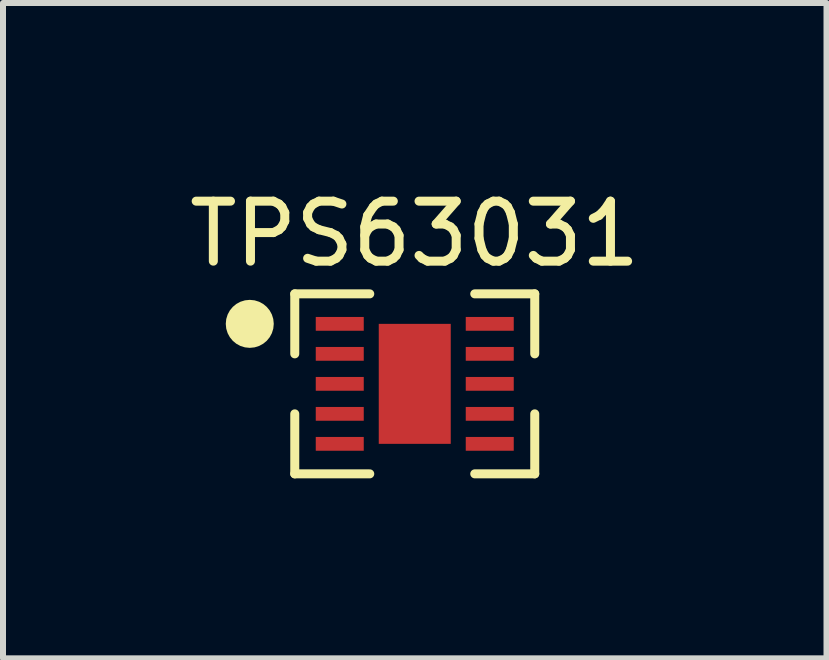
<source format=kicad_pcb>
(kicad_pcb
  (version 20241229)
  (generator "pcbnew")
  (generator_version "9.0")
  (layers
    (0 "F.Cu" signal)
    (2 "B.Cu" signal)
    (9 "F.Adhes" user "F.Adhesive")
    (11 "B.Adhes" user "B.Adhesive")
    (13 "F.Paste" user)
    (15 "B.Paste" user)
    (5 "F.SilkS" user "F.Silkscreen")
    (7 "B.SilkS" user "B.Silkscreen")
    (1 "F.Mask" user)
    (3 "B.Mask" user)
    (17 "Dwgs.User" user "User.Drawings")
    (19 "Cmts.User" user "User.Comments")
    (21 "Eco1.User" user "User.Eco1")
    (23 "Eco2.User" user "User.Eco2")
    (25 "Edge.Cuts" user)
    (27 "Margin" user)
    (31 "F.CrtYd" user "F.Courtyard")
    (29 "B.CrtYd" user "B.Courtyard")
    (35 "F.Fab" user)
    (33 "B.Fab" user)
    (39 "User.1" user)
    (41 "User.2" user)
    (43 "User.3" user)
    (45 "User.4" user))
  (footprint "TPS63031"
    (layer "F.Cu")
    (at 3.863 3.348)
    (property "Reference" "TPS63031" (at 0 -2.5 0) (layer "F.SilkS") (effects (font (size 1 1) (thickness 0.15))))
    (attr through_hole)
    (fp_line (start -2 -1.5) (end -2 -0.5) (stroke (width 0.15) (type solid)) (layer "F.SilkS"))
    (fp_line (start -2 -1.5) (end -0.75 -1.5) (stroke (width 0.15) (type solid)) (layer "F.SilkS"))
    (fp_line (start -2 1.5) (end -2 0.5) (stroke (width 0.15) (type solid)) (layer "F.SilkS"))
    (fp_line (start -2 1.5) (end -0.75 1.5) (stroke (width 0.15) (type solid)) (layer "F.SilkS"))
    (fp_line (start 2 -1.5) (end 1 -1.5) (stroke (width 0.15) (type solid)) (layer "F.SilkS"))
    (fp_line (start 2 -1.5) (end 2 -0.5) (stroke (width 0.15) (type solid)) (layer "F.SilkS"))
    (fp_line (start 2 1.5) (end 1 1.5) (stroke (width 0.15) (type solid)) (layer "F.SilkS"))
    (fp_line (start 2 1.5) (end 2 0.5) (stroke (width 0.15) (type solid)) (layer "F.SilkS"))
    (fp_circle (center -2.75 -1) (end -2.55 -1) (stroke (width 0.4) (type solid)) (fill no) (layer "F.SilkS"))
    (pad "1" smd rect (at -1.25 -1) (size 0.8 0.23) (layers "F.Cu" "F.Mask" "F.Paste"))
    (pad "2" smd rect (at -1.25 -0.5) (size 0.8 0.23) (layers "F.Cu" "F.Mask" "F.Paste"))
    (pad "3" smd rect (at -1.25 0) (size 0.8 0.23) (layers "F.Cu" "F.Mask" "F.Paste"))
    (pad "4" smd rect (at -1.25 0.5) (size 0.8 0.23) (layers "F.Cu" "F.Mask" "F.Paste"))
    (pad "5" smd rect (at -1.25 1) (size 0.8 0.23) (layers "F.Cu" "F.Mask" "F.Paste"))
    (pad "6" smd rect (at 1.25 1) (size 0.8 0.23) (layers "F.Cu" "F.Mask" "F.Paste"))
    (pad "7" smd rect (at 1.25 0.5) (size 0.8 0.23) (layers "F.Cu" "F.Mask" "F.Paste"))
    (pad "8" smd rect (at 1.25 0) (size 0.8 0.23) (layers "F.Cu" "F.Mask" "F.Paste"))
    (pad "9" smd rect (at 1.25 -0.5) (size 0.8 0.23) (layers "F.Cu" "F.Mask" "F.Paste"))
    (pad "10" smd rect (at 1.25 -1) (size 0.8 0.23) (layers "F.Cu" "F.Mask" "F.Paste"))
    (pad "11" smd rect (at 0 0) (size 1.2 2) (layers "F.Cu" "F.Mask" "F.Paste")))
  (gr_rect
    (start -3 -3)
    (end 10.726 7.923)
    (stroke (width 0.1) (type default))
    (fill no)
    (layer "Edge.Cuts")))
</source>
